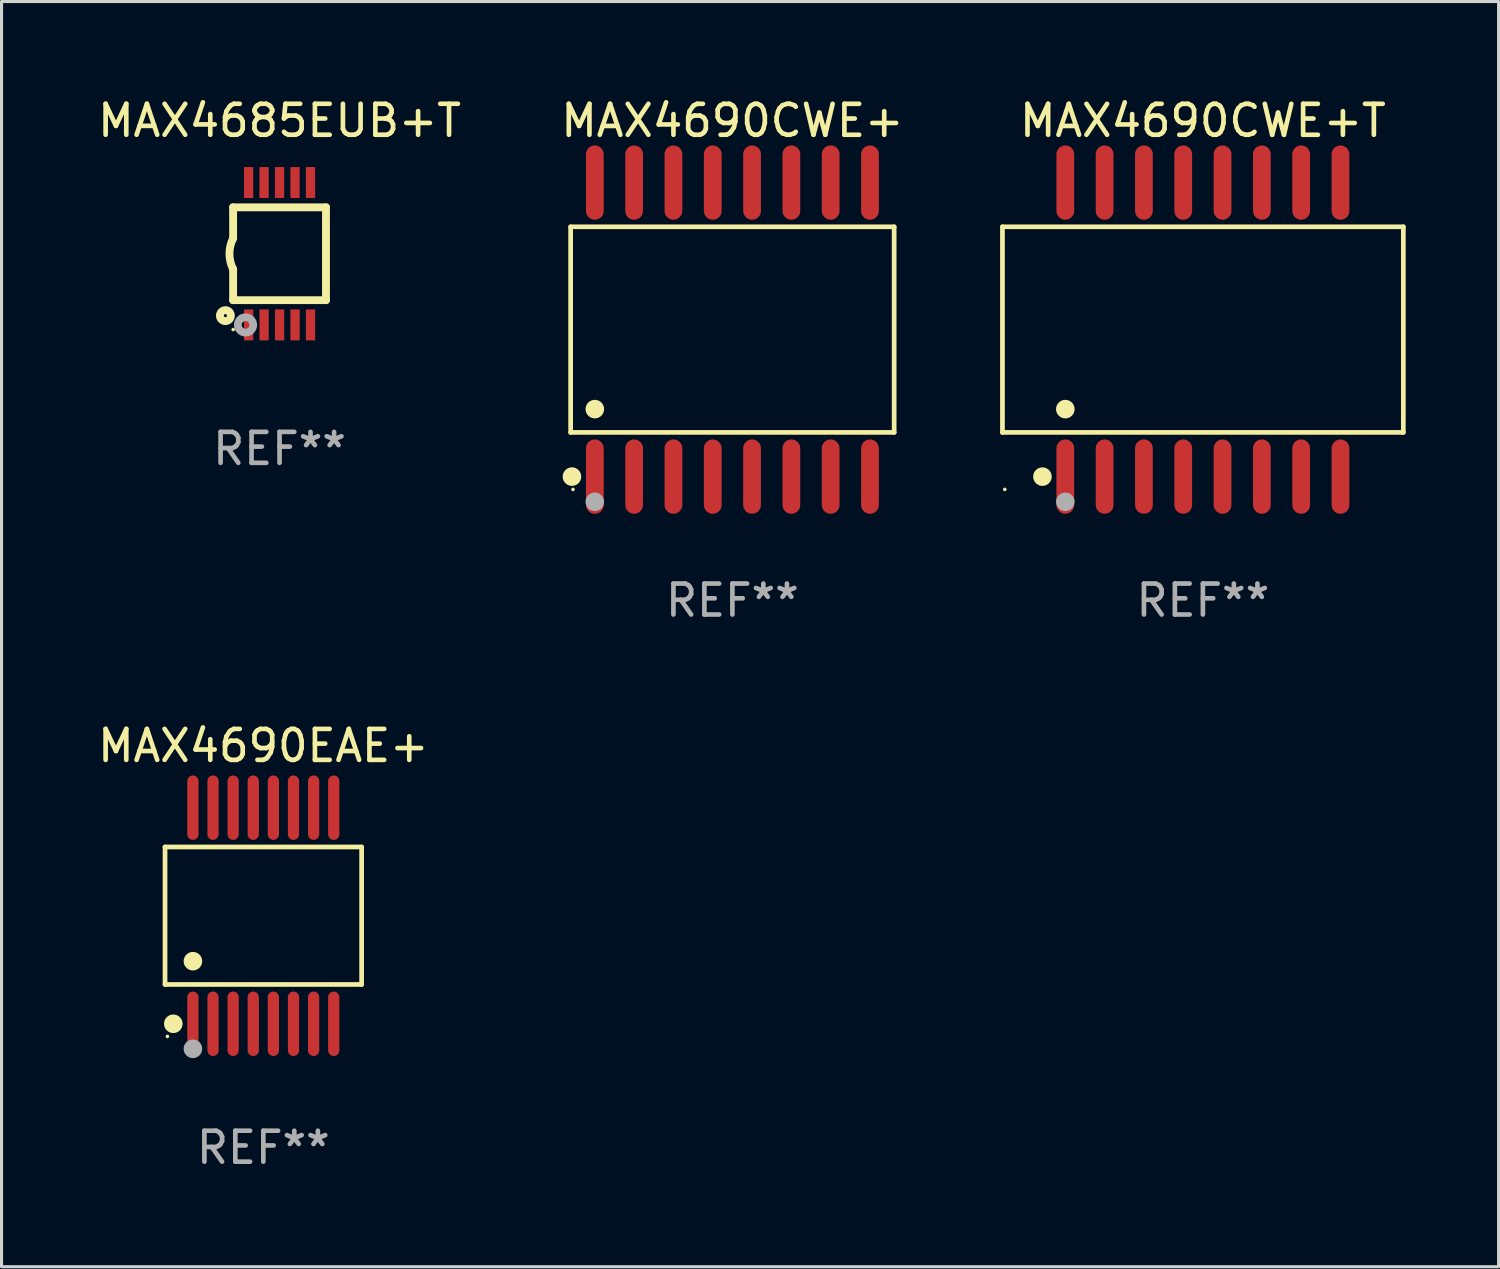
<source format=kicad_pcb>
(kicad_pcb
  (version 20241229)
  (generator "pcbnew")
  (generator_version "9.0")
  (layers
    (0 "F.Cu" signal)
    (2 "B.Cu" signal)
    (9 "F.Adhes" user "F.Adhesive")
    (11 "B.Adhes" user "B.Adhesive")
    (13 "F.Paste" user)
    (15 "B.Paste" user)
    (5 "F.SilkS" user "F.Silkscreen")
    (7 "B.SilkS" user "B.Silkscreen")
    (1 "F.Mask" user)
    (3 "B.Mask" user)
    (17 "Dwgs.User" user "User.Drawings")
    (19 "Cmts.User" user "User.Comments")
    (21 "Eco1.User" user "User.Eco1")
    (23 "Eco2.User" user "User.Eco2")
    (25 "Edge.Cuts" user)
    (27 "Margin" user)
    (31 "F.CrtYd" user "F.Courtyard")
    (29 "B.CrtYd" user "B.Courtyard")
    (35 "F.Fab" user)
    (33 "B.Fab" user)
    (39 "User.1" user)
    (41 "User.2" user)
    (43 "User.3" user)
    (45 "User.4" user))
  (footprint "MAX4690EAE+"
    (layer "F.Cu")
    (at 5.458 26.536)
    (property "Reference" "MAX4690EAE+" (at 0 -5.491 0) (layer "F.SilkS") (effects (font (size 1 1) (thickness 0.15))))
    (attr through_hole)
    (fp_line (start -3.176 -2.221) (end 3.176 -2.221) (stroke (width 0.152) (type solid)) (layer "F.SilkS"))
    (fp_line (start -3.176 2.221) (end -3.176 -2.221) (stroke (width 0.152) (type solid)) (layer "F.SilkS"))
    (fp_line (start 3.176 -2.221) (end 3.176 2.221) (stroke (width 0.152) (type solid)) (layer "F.SilkS"))
    (fp_line (start 3.176 2.221) (end -3.176 2.221) (stroke (width 0.152) (type solid)) (layer "F.SilkS"))
    (fp_circle (center -3.1 3.9) (end -3.07 3.9) (stroke (width 0.06) (type solid)) (fill no) (layer "F.SilkS"))
    (fp_circle (center -2.909 3.491) (end -2.759 3.491) (stroke (width 0.3) (type solid)) (fill no) (layer "F.SilkS"))
    (fp_circle (center -2.275 1.469) (end -2.125 1.469) (stroke (width 0.3) (type solid)) (fill no) (layer "F.SilkS"))
    (fp_circle (center -2.275 4.3) (end -2.125 4.3) (stroke (width 0.3) (type solid)) (fill no) (layer "F.Fab"))
    (fp_text user "REF**" (at 0 7.491 0) (layer "F.Fab") (effects (font (size 1 1) (thickness 0.15))))
    (pad "1" smd oval (at -2.275 3.491) (size 0.364 2.082) (layers "F.Cu" "F.Mask" "F.Paste"))
    (pad "2" smd oval (at -1.625 3.491) (size 0.364 2.082) (layers "F.Cu" "F.Mask" "F.Paste"))
    (pad "3" smd oval (at -0.975 3.491) (size 0.364 2.082) (layers "F.Cu" "F.Mask" "F.Paste"))
    (pad "4" smd oval (at -0.325 3.491) (size 0.364 2.082) (layers "F.Cu" "F.Mask" "F.Paste"))
    (pad "5" smd oval (at 0.325 3.491) (size 0.364 2.082) (layers "F.Cu" "F.Mask" "F.Paste"))
    (pad "6" smd oval (at 0.975 3.491) (size 0.364 2.082) (layers "F.Cu" "F.Mask" "F.Paste"))
    (pad "7" smd oval (at 1.625 3.491) (size 0.364 2.082) (layers "F.Cu" "F.Mask" "F.Paste"))
    (pad "8" smd oval (at 2.275 3.491) (size 0.364 2.082) (layers "F.Cu" "F.Mask" "F.Paste"))
    (pad "9" smd oval (at 2.275 -3.491) (size 0.364 2.082) (layers "F.Cu" "F.Mask" "F.Paste"))
    (pad "10" smd oval (at 1.625 -3.491) (size 0.364 2.082) (layers "F.Cu" "F.Mask" "F.Paste"))
    (pad "11" smd oval (at 0.975 -3.491) (size 0.364 2.082) (layers "F.Cu" "F.Mask" "F.Paste"))
    (pad "12" smd oval (at 0.325 -3.491) (size 0.364 2.082) (layers "F.Cu" "F.Mask" "F.Paste"))
    (pad "13" smd oval (at -0.325 -3.491) (size 0.364 2.082) (layers "F.Cu" "F.Mask" "F.Paste"))
    (pad "14" smd oval (at -0.975 -3.491) (size 0.364 2.082) (layers "F.Cu" "F.Mask" "F.Paste"))
    (pad "15" smd oval (at -1.625 -3.491) (size 0.364 2.082) (layers "F.Cu" "F.Mask" "F.Paste"))
    (pad "16" smd oval (at -2.275 -3.491) (size 0.364 2.082) (layers "F.Cu" "F.Mask" "F.Paste")))
  (footprint "MAX4690CWE+T"
    (layer "F.Cu")
    (at 35.814 7.599)
    (property "Reference" "MAX4690CWE+T" (at 0 -6.75 0) (layer "F.SilkS") (effects (font (size 1 1) (thickness 0.15))))
    (attr through_hole)
    (fp_line (start -6.476 -3.321) (end 6.476 -3.321) (stroke (width 0.152) (type solid)) (layer "F.SilkS"))
    (fp_line (start -6.476 3.321) (end -6.476 -3.321) (stroke (width 0.152) (type solid)) (layer "F.SilkS"))
    (fp_line (start 6.476 -3.321) (end 6.476 3.321) (stroke (width 0.152) (type solid)) (layer "F.SilkS"))
    (fp_line (start 6.476 3.321) (end -6.476 3.321) (stroke (width 0.152) (type solid)) (layer "F.SilkS"))
    (fp_circle (center -6.4 5.163) (end -6.37 5.163) (stroke (width 0.06) (type solid)) (fill no) (layer "F.SilkS"))
    (fp_circle (center -5.184 4.75) (end -5.034 4.75) (stroke (width 0.3) (type solid)) (fill no) (layer "F.SilkS"))
    (fp_circle (center -4.445 2.569) (end -4.295 2.569) (stroke (width 0.3) (type solid)) (fill no) (layer "F.SilkS"))
    (fp_circle (center -4.445 5.563) (end -4.295 5.563) (stroke (width 0.3) (type solid)) (fill no) (layer "F.Fab"))
    (fp_text user "REF**" (at 0 8.75 0) (layer "F.Fab") (effects (font (size 1 1) (thickness 0.15))))
    (pad "1" smd oval (at -4.445 4.75) (size 0.574 2.401) (layers "F.Cu" "F.Mask" "F.Paste"))
    (pad "2" smd oval (at -3.175 4.75) (size 0.574 2.401) (layers "F.Cu" "F.Mask" "F.Paste"))
    (pad "3" smd oval (at -1.905 4.75) (size 0.574 2.401) (layers "F.Cu" "F.Mask" "F.Paste"))
    (pad "4" smd oval (at -0.635 4.75) (size 0.574 2.401) (layers "F.Cu" "F.Mask" "F.Paste"))
    (pad "5" smd oval (at 0.635 4.75) (size 0.574 2.401) (layers "F.Cu" "F.Mask" "F.Paste"))
    (pad "6" smd oval (at 1.905 4.75) (size 0.574 2.401) (layers "F.Cu" "F.Mask" "F.Paste"))
    (pad "7" smd oval (at 3.175 4.75) (size 0.574 2.401) (layers "F.Cu" "F.Mask" "F.Paste"))
    (pad "8" smd oval (at 4.445 4.75) (size 0.574 2.401) (layers "F.Cu" "F.Mask" "F.Paste"))
    (pad "9" smd oval (at 4.445 -4.75) (size 0.574 2.401) (layers "F.Cu" "F.Mask" "F.Paste"))
    (pad "10" smd oval (at 3.175 -4.75) (size 0.574 2.401) (layers "F.Cu" "F.Mask" "F.Paste"))
    (pad "11" smd oval (at 1.905 -4.75) (size 0.574 2.401) (layers "F.Cu" "F.Mask" "F.Paste"))
    (pad "12" smd oval (at 0.635 -4.75) (size 0.574 2.401) (layers "F.Cu" "F.Mask" "F.Paste"))
    (pad "13" smd oval (at -0.635 -4.75) (size 0.574 2.401) (layers "F.Cu" "F.Mask" "F.Paste"))
    (pad "14" smd oval (at -1.905 -4.75) (size 0.574 2.401) (layers "F.Cu" "F.Mask" "F.Paste"))
    (pad "15" smd oval (at -3.175 -4.75) (size 0.574 2.401) (layers "F.Cu" "F.Mask" "F.Paste"))
    (pad "16" smd oval (at -4.445 -4.75) (size 0.574 2.401) (layers "F.Cu" "F.Mask" "F.Paste")))
  (footprint "MAX4690CWE+"
    (layer "F.Cu")
    (at 20.613 7.599)
    (property "Reference" "MAX4690CWE+" (at 0 -6.75 0) (layer "F.SilkS") (effects (font (size 1 1) (thickness 0.15))))
    (attr through_hole)
    (fp_line (start -5.226 -3.321) (end 5.226 -3.321) (stroke (width 0.152) (type solid)) (layer "F.SilkS"))
    (fp_line (start -5.226 3.321) (end -5.226 -3.321) (stroke (width 0.152) (type solid)) (layer "F.SilkS"))
    (fp_line (start 5.226 -3.321) (end 5.226 3.321) (stroke (width 0.152) (type solid)) (layer "F.SilkS"))
    (fp_line (start 5.226 3.321) (end -5.226 3.321) (stroke (width 0.152) (type solid)) (layer "F.SilkS"))
    (fp_circle (center -5.184 4.75) (end -5.034 4.75) (stroke (width 0.3) (type solid)) (fill no) (layer "F.SilkS"))
    (fp_circle (center -5.15 5.163) (end -5.12 5.163) (stroke (width 0.06) (type solid)) (fill no) (layer "F.SilkS"))
    (fp_circle (center -4.445 2.569) (end -4.295 2.569) (stroke (width 0.3) (type solid)) (fill no) (layer "F.SilkS"))
    (fp_circle (center -4.445 5.563) (end -4.295 5.563) (stroke (width 0.3) (type solid)) (fill no) (layer "F.Fab"))
    (fp_text user "REF**" (at 0 8.75 0) (layer "F.Fab") (effects (font (size 1 1) (thickness 0.15))))
    (pad "1" smd oval (at -4.445 4.75) (size 0.574 2.401) (layers "F.Cu" "F.Mask" "F.Paste"))
    (pad "2" smd oval (at -3.175 4.75) (size 0.574 2.401) (layers "F.Cu" "F.Mask" "F.Paste"))
    (pad "3" smd oval (at -1.905 4.75) (size 0.574 2.401) (layers "F.Cu" "F.Mask" "F.Paste"))
    (pad "4" smd oval (at -0.635 4.75) (size 0.574 2.401) (layers "F.Cu" "F.Mask" "F.Paste"))
    (pad "5" smd oval (at 0.635 4.75) (size 0.574 2.401) (layers "F.Cu" "F.Mask" "F.Paste"))
    (pad "6" smd oval (at 1.905 4.75) (size 0.574 2.401) (layers "F.Cu" "F.Mask" "F.Paste"))
    (pad "7" smd oval (at 3.175 4.75) (size 0.574 2.401) (layers "F.Cu" "F.Mask" "F.Paste"))
    (pad "8" smd oval (at 4.445 4.75) (size 0.574 2.401) (layers "F.Cu" "F.Mask" "F.Paste"))
    (pad "9" smd oval (at 4.445 -4.75) (size 0.574 2.401) (layers "F.Cu" "F.Mask" "F.Paste"))
    (pad "10" smd oval (at 3.175 -4.75) (size 0.574 2.401) (layers "F.Cu" "F.Mask" "F.Paste"))
    (pad "11" smd oval (at 1.905 -4.75) (size 0.574 2.401) (layers "F.Cu" "F.Mask" "F.Paste"))
    (pad "12" smd oval (at 0.635 -4.75) (size 0.574 2.401) (layers "F.Cu" "F.Mask" "F.Paste"))
    (pad "13" smd oval (at -0.635 -4.75) (size 0.574 2.401) (layers "F.Cu" "F.Mask" "F.Paste"))
    (pad "14" smd oval (at -1.905 -4.75) (size 0.574 2.401) (layers "F.Cu" "F.Mask" "F.Paste"))
    (pad "15" smd oval (at -3.175 -4.75) (size 0.574 2.401) (layers "F.Cu" "F.Mask" "F.Paste"))
    (pad "16" smd oval (at -4.445 -4.75) (size 0.574 2.401) (layers "F.Cu" "F.Mask" "F.Paste")))
  (footprint "MAX4685EUB+T"
    (layer "F.Cu")
    (at 5.982 5.148)
    (property "Reference" "MAX4685EUB+T" (at 0 -4.3 0) (layer "F.SilkS") (effects (font (size 1 1) (thickness 0.15))))
    (attr through_hole)
    (fp_line (start -1.5 -1.5) (end -1.5 -0.5) (stroke (width 0.254) (type solid)) (layer "F.SilkS"))
    (fp_line (start -1.5 1.5) (end -1.5 0.5) (stroke (width 0.254) (type solid)) (layer "F.SilkS"))
    (fp_line (start -1.5 1.5) (end 1.5 1.5) (stroke (width 0.254) (type solid)) (layer "F.SilkS"))
    (fp_line (start 1.5 1.5) (end 1.5 -1.5) (stroke (width 0.254) (type solid)) (layer "F.SilkS"))
    (fp_line (start 1.5 -1.5) (end -1.5 -1.5) (stroke (width 0.254) (type solid)) (layer "F.SilkS"))
    (fp_arc (start -1.500165 0.5) (mid -1.618199 0) (end -1.500165 -0.5) (stroke (width 0.254001) (type solid)) (layer "F.SilkS"))
    (fp_circle (center -1.75 2) (end -1.573 2) (stroke (width 0.254) (type solid)) (fill no) (layer "F.SilkS"))
    (fp_circle (center -1.499 2.45) (end -1.469 2.45) (stroke (width 0.06) (type solid)) (fill no) (layer "F.SilkS"))
    (fp_circle (center -1.099 2.3) (end -0.975 2.3) (stroke (width 0.25) (type solid)) (fill no) (layer "F.Fab"))
    (fp_text user "REF**" (at 0 6.3 0) (layer "F.Fab") (effects (font (size 1 1) (thickness 0.15))))
    (pad "1" smd rect (at -0.999 2.3 180) (size 0.3 1) (layers "F.Cu" "F.Mask" "F.Paste"))
    (pad "2" smd rect (at -0.499 2.3 180) (size 0.3 1) (layers "F.Cu" "F.Mask" "F.Paste"))
    (pad "3" smd rect (at 0.001 2.3 180) (size 0.3 1) (layers "F.Cu" "F.Mask" "F.Paste"))
    (pad "4" smd rect (at 0.501 2.3 180) (size 0.3 1) (layers "F.Cu" "F.Mask" "F.Paste"))
    (pad "5" smd rect (at 1.001 2.3 180) (size 0.3 1) (layers "F.Cu" "F.Mask" "F.Paste"))
    (pad "6" smd rect (at 1 -2.3 180) (size 0.3 1) (layers "F.Cu" "F.Mask" "F.Paste"))
    (pad "7" smd rect (at 0.5 -2.3 180) (size 0.3 1) (layers "F.Cu" "F.Mask" "F.Paste"))
    (pad "8" smd rect (at -0.000165 -2.3 180) (size 0.3 1) (layers "F.Cu" "F.Mask" "F.Paste"))
    (pad "9" smd rect (at -0.5 -2.3 180) (size 0.3 1) (layers "F.Cu" "F.Mask" "F.Paste"))
    (pad "10" smd rect (at -1 -2.3 180) (size 0.3 1) (layers "F.Cu" "F.Mask" "F.Paste")))
  (gr_rect
    (start -3 -3)
    (end 45.367 37.876)
    (stroke (width 0.1) (type default))
    (fill no)
    (layer "Edge.Cuts")))
</source>
